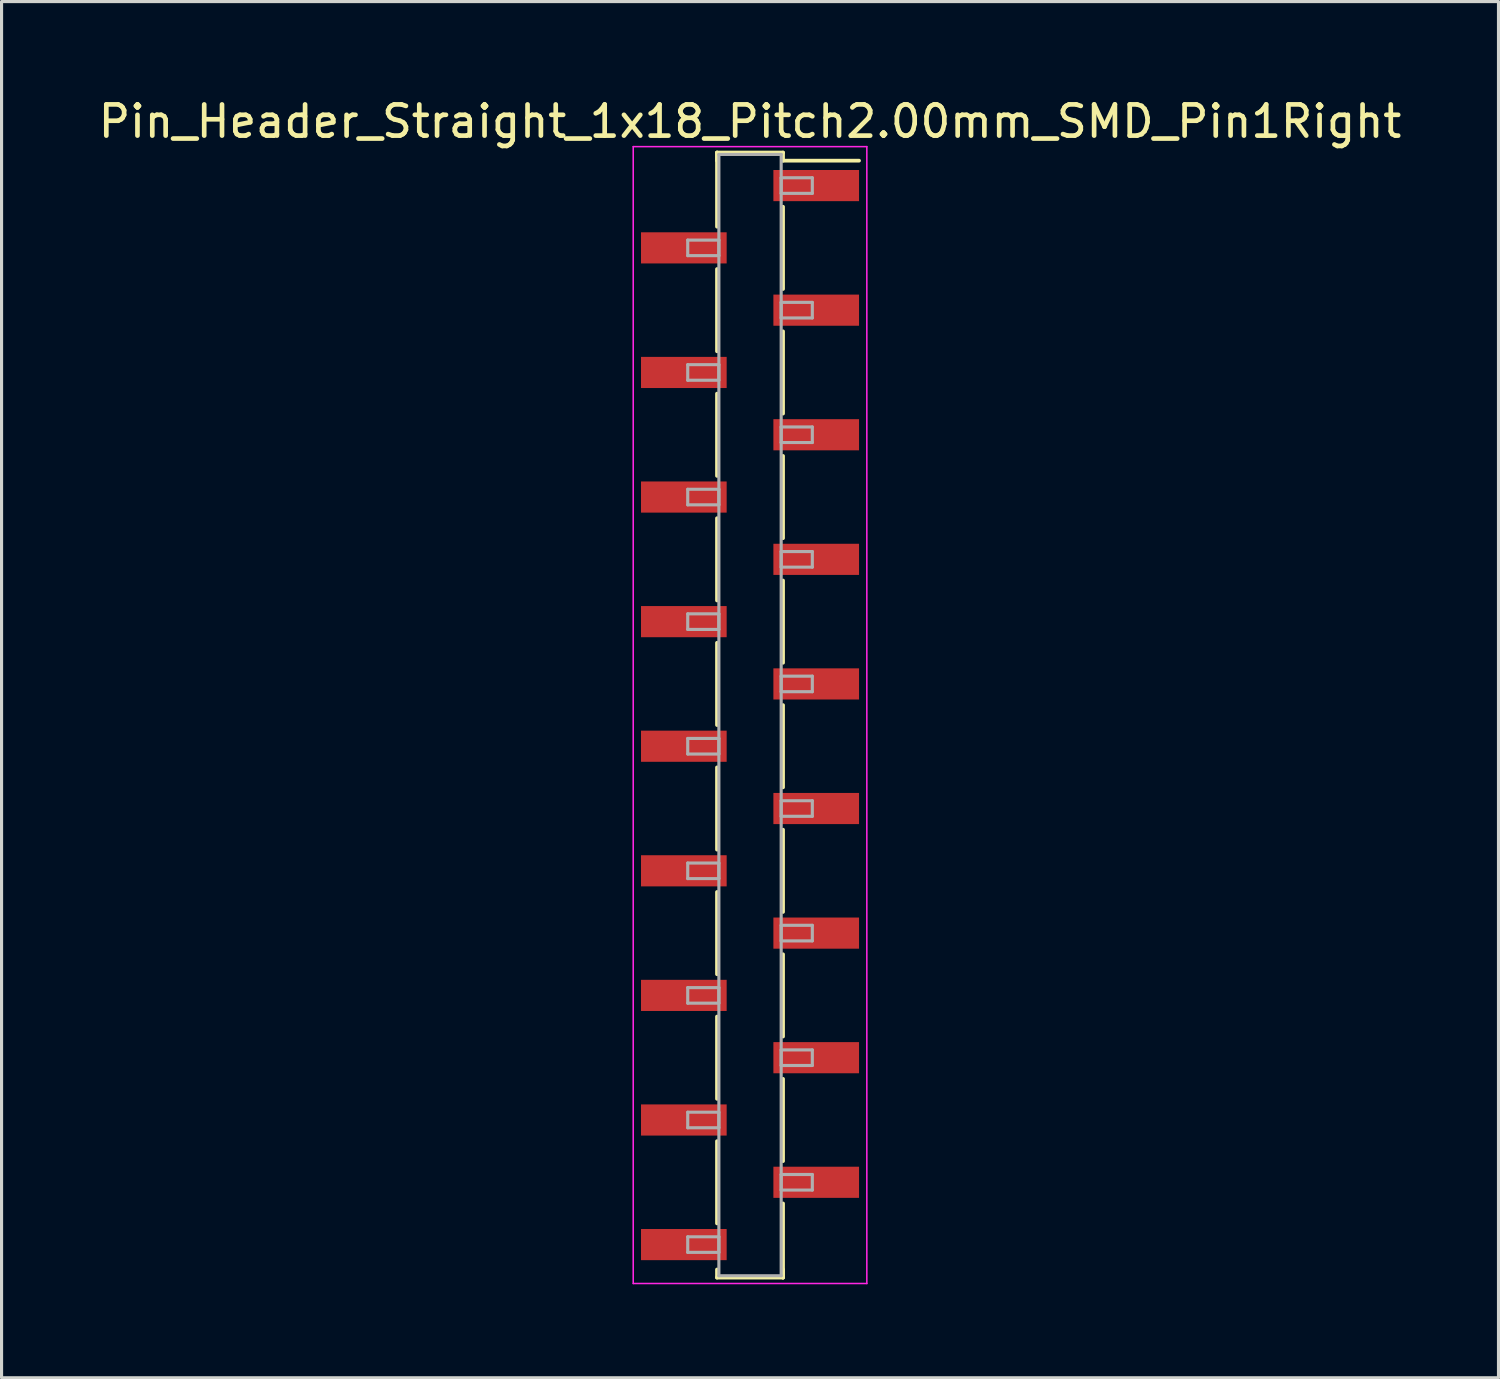
<source format=kicad_pcb>
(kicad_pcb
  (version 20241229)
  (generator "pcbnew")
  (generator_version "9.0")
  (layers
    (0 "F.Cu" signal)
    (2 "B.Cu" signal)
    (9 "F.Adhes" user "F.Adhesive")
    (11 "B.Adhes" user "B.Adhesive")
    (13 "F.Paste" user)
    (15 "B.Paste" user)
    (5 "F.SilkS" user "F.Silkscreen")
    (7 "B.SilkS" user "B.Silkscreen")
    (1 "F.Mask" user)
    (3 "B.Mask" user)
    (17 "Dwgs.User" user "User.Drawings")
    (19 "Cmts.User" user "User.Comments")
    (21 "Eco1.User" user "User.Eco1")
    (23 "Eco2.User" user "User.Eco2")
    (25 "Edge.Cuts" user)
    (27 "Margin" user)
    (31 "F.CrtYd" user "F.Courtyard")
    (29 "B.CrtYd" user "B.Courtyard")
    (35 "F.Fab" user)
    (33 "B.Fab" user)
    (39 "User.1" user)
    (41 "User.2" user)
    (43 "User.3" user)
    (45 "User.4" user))
  (footprint "Pin_Header_Straight_1x18_Pitch2.00mm_SMD_Pin1Right"
    (layer "F.Cu")
    (at 21.03 19.908)
    (property "Reference" "Pin_Header_Straight_1x18_Pitch2.00mm_SMD_Pin1Right" (at 0 -19.06 0) (layer "F.SilkS") (effects (font (size 1 1) (thickness 0.15))))
    (attr smd)
    (fp_line (start -1.06 -18.06) (end -1.06 -15.68) (stroke (width 0.12) (type solid)) (layer "F.SilkS"))
    (fp_line (start -1.06 -18.06) (end 1.06 -18.06) (stroke (width 0.12) (type solid)) (layer "F.SilkS"))
    (fp_line (start -1.06 -17.8) (end -1.06 -18.06) (stroke (width 0.12) (type solid)) (layer "F.SilkS"))
    (fp_line (start -1.06 -14.32) (end -1.06 -11.68) (stroke (width 0.12) (type solid)) (layer "F.SilkS"))
    (fp_line (start -1.06 -10.32) (end -1.06 -7.68) (stroke (width 0.12) (type solid)) (layer "F.SilkS"))
    (fp_line (start -1.06 -6.32) (end -1.06 -3.68) (stroke (width 0.12) (type solid)) (layer "F.SilkS"))
    (fp_line (start -1.06 -2.32) (end -1.06 0.32) (stroke (width 0.12) (type solid)) (layer "F.SilkS"))
    (fp_line (start -1.06 1.68) (end -1.06 4.32) (stroke (width 0.12) (type solid)) (layer "F.SilkS"))
    (fp_line (start -1.06 5.68) (end -1.06 8.32) (stroke (width 0.12) (type solid)) (layer "F.SilkS"))
    (fp_line (start -1.06 9.68) (end -1.06 12.32) (stroke (width 0.12) (type solid)) (layer "F.SilkS"))
    (fp_line (start -1.06 13.68) (end -1.06 16.32) (stroke (width 0.12) (type solid)) (layer "F.SilkS"))
    (fp_line (start -1.06 17.8) (end -1.06 18.06) (stroke (width 0.12) (type solid)) (layer "F.SilkS"))
    (fp_line (start -1.06 18.06) (end 1.06 18.06) (stroke (width 0.12) (type solid)) (layer "F.SilkS"))
    (fp_line (start 1.06 -18.06) (end 1.06 -17.8) (stroke (width 0.12) (type solid)) (layer "F.SilkS"))
    (fp_line (start 1.06 -17.8) (end 3.5 -17.8) (stroke (width 0.12) (type solid)) (layer "F.SilkS"))
    (fp_line (start 1.06 -16.32) (end 1.06 -13.68) (stroke (width 0.12) (type solid)) (layer "F.SilkS"))
    (fp_line (start 1.06 -12.32) (end 1.06 -9.68) (stroke (width 0.12) (type solid)) (layer "F.SilkS"))
    (fp_line (start 1.06 -8.32) (end 1.06 -5.68) (stroke (width 0.12) (type solid)) (layer "F.SilkS"))
    (fp_line (start 1.06 -4.32) (end 1.06 -1.68) (stroke (width 0.12) (type solid)) (layer "F.SilkS"))
    (fp_line (start 1.06 -0.32) (end 1.06 2.32) (stroke (width 0.12) (type solid)) (layer "F.SilkS"))
    (fp_line (start 1.06 3.68) (end 1.06 6.32) (stroke (width 0.12) (type solid)) (layer "F.SilkS"))
    (fp_line (start 1.06 7.68) (end 1.06 10.32) (stroke (width 0.12) (type solid)) (layer "F.SilkS"))
    (fp_line (start 1.06 11.68) (end 1.06 14.32) (stroke (width 0.12) (type solid)) (layer "F.SilkS"))
    (fp_line (start 1.06 15.68) (end 1.06 18.06) (stroke (width 0.12) (type solid)) (layer "F.SilkS"))
    (fp_line (start 1.06 18.06) (end 1.06 17.8) (stroke (width 0.12) (type solid)) (layer "F.SilkS"))
    (fp_line (start -3.75 -18.25) (end -3.75 18.25) (stroke (width 0.05) (type solid)) (layer "F.CrtYd"))
    (fp_line (start -3.75 18.25) (end 3.75 18.25) (stroke (width 0.05) (type solid)) (layer "F.CrtYd"))
    (fp_line (start 3.75 -18.25) (end -3.75 -18.25) (stroke (width 0.05) (type solid)) (layer "F.CrtYd"))
    (fp_line (start 3.75 18.25) (end 3.75 -18.25) (stroke (width 0.05) (type solid)) (layer "F.CrtYd"))
    (fp_line (start -2 -15.25) (end -1 -15.25) (stroke (width 0.1) (type solid)) (layer "F.Fab"))
    (fp_line (start -2 -14.75) (end -2 -15.25) (stroke (width 0.1) (type solid)) (layer "F.Fab"))
    (fp_line (start -2 -11.25) (end -1 -11.25) (stroke (width 0.1) (type solid)) (layer "F.Fab"))
    (fp_line (start -2 -10.75) (end -2 -11.25) (stroke (width 0.1) (type solid)) (layer "F.Fab"))
    (fp_line (start -2 -7.25) (end -1 -7.25) (stroke (width 0.1) (type solid)) (layer "F.Fab"))
    (fp_line (start -2 -6.75) (end -2 -7.25) (stroke (width 0.1) (type solid)) (layer "F.Fab"))
    (fp_line (start -2 -3.25) (end -1 -3.25) (stroke (width 0.1) (type solid)) (layer "F.Fab"))
    (fp_line (start -2 -2.75) (end -2 -3.25) (stroke (width 0.1) (type solid)) (layer "F.Fab"))
    (fp_line (start -2 0.75) (end -1 0.75) (stroke (width 0.1) (type solid)) (layer "F.Fab"))
    (fp_line (start -2 1.25) (end -2 0.75) (stroke (width 0.1) (type solid)) (layer "F.Fab"))
    (fp_line (start -2 4.75) (end -1 4.75) (stroke (width 0.1) (type solid)) (layer "F.Fab"))
    (fp_line (start -2 5.25) (end -2 4.75) (stroke (width 0.1) (type solid)) (layer "F.Fab"))
    (fp_line (start -2 8.75) (end -1 8.75) (stroke (width 0.1) (type solid)) (layer "F.Fab"))
    (fp_line (start -2 9.25) (end -2 8.75) (stroke (width 0.1) (type solid)) (layer "F.Fab"))
    (fp_line (start -2 12.75) (end -1 12.75) (stroke (width 0.1) (type solid)) (layer "F.Fab"))
    (fp_line (start -2 13.25) (end -2 12.75) (stroke (width 0.1) (type solid)) (layer "F.Fab"))
    (fp_line (start -2 16.75) (end -1 16.75) (stroke (width 0.1) (type solid)) (layer "F.Fab"))
    (fp_line (start -2 17.25) (end -2 16.75) (stroke (width 0.1) (type solid)) (layer "F.Fab"))
    (fp_line (start -1 -18) (end -1 18) (stroke (width 0.1) (type solid)) (layer "F.Fab"))
    (fp_line (start -1 -15.25) (end -1 -14.75) (stroke (width 0.1) (type solid)) (layer "F.Fab"))
    (fp_line (start -1 -14.75) (end -2 -14.75) (stroke (width 0.1) (type solid)) (layer "F.Fab"))
    (fp_line (start -1 -11.25) (end -1 -10.75) (stroke (width 0.1) (type solid)) (layer "F.Fab"))
    (fp_line (start -1 -10.75) (end -2 -10.75) (stroke (width 0.1) (type solid)) (layer "F.Fab"))
    (fp_line (start -1 -7.25) (end -1 -6.75) (stroke (width 0.1) (type solid)) (layer "F.Fab"))
    (fp_line (start -1 -6.75) (end -2 -6.75) (stroke (width 0.1) (type solid)) (layer "F.Fab"))
    (fp_line (start -1 -3.25) (end -1 -2.75) (stroke (width 0.1) (type solid)) (layer "F.Fab"))
    (fp_line (start -1 -2.75) (end -2 -2.75) (stroke (width 0.1) (type solid)) (layer "F.Fab"))
    (fp_line (start -1 0.75) (end -1 1.25) (stroke (width 0.1) (type solid)) (layer "F.Fab"))
    (fp_line (start -1 1.25) (end -2 1.25) (stroke (width 0.1) (type solid)) (layer "F.Fab"))
    (fp_line (start -1 4.75) (end -1 5.25) (stroke (width 0.1) (type solid)) (layer "F.Fab"))
    (fp_line (start -1 5.25) (end -2 5.25) (stroke (width 0.1) (type solid)) (layer "F.Fab"))
    (fp_line (start -1 8.75) (end -1 9.25) (stroke (width 0.1) (type solid)) (layer "F.Fab"))
    (fp_line (start -1 9.25) (end -2 9.25) (stroke (width 0.1) (type solid)) (layer "F.Fab"))
    (fp_line (start -1 12.75) (end -1 13.25) (stroke (width 0.1) (type solid)) (layer "F.Fab"))
    (fp_line (start -1 13.25) (end -2 13.25) (stroke (width 0.1) (type solid)) (layer "F.Fab"))
    (fp_line (start -1 16.75) (end -1 17.25) (stroke (width 0.1) (type solid)) (layer "F.Fab"))
    (fp_line (start -1 17.25) (end -2 17.25) (stroke (width 0.1) (type solid)) (layer "F.Fab"))
    (fp_line (start -1 18) (end 1 18) (stroke (width 0.1) (type solid)) (layer "F.Fab"))
    (fp_line (start 1 -18) (end -1 -18) (stroke (width 0.1) (type solid)) (layer "F.Fab"))
    (fp_line (start 1 -17.25) (end 1 -16.75) (stroke (width 0.1) (type solid)) (layer "F.Fab"))
    (fp_line (start 1 -16.75) (end 2 -16.75) (stroke (width 0.1) (type solid)) (layer "F.Fab"))
    (fp_line (start 1 -13.25) (end 1 -12.75) (stroke (width 0.1) (type solid)) (layer "F.Fab"))
    (fp_line (start 1 -12.75) (end 2 -12.75) (stroke (width 0.1) (type solid)) (layer "F.Fab"))
    (fp_line (start 1 -9.25) (end 1 -8.75) (stroke (width 0.1) (type solid)) (layer "F.Fab"))
    (fp_line (start 1 -8.75) (end 2 -8.75) (stroke (width 0.1) (type solid)) (layer "F.Fab"))
    (fp_line (start 1 -5.25) (end 1 -4.75) (stroke (width 0.1) (type solid)) (layer "F.Fab"))
    (fp_line (start 1 -4.75) (end 2 -4.75) (stroke (width 0.1) (type solid)) (layer "F.Fab"))
    (fp_line (start 1 -1.25) (end 1 -0.75) (stroke (width 0.1) (type solid)) (layer "F.Fab"))
    (fp_line (start 1 -0.75) (end 2 -0.75) (stroke (width 0.1) (type solid)) (layer "F.Fab"))
    (fp_line (start 1 2.75) (end 1 3.25) (stroke (width 0.1) (type solid)) (layer "F.Fab"))
    (fp_line (start 1 3.25) (end 2 3.25) (stroke (width 0.1) (type solid)) (layer "F.Fab"))
    (fp_line (start 1 6.75) (end 1 7.25) (stroke (width 0.1) (type solid)) (layer "F.Fab"))
    (fp_line (start 1 7.25) (end 2 7.25) (stroke (width 0.1) (type solid)) (layer "F.Fab"))
    (fp_line (start 1 10.75) (end 1 11.25) (stroke (width 0.1) (type solid)) (layer "F.Fab"))
    (fp_line (start 1 11.25) (end 2 11.25) (stroke (width 0.1) (type solid)) (layer "F.Fab"))
    (fp_line (start 1 14.75) (end 1 15.25) (stroke (width 0.1) (type solid)) (layer "F.Fab"))
    (fp_line (start 1 15.25) (end 2 15.25) (stroke (width 0.1) (type solid)) (layer "F.Fab"))
    (fp_line (start 1 18) (end 1 -18) (stroke (width 0.1) (type solid)) (layer "F.Fab"))
    (fp_line (start 2 -17.25) (end 1 -17.25) (stroke (width 0.1) (type solid)) (layer "F.Fab"))
    (fp_line (start 2 -16.75) (end 2 -17.25) (stroke (width 0.1) (type solid)) (layer "F.Fab"))
    (fp_line (start 2 -13.25) (end 1 -13.25) (stroke (width 0.1) (type solid)) (layer "F.Fab"))
    (fp_line (start 2 -12.75) (end 2 -13.25) (stroke (width 0.1) (type solid)) (layer "F.Fab"))
    (fp_line (start 2 -9.25) (end 1 -9.25) (stroke (width 0.1) (type solid)) (layer "F.Fab"))
    (fp_line (start 2 -8.75) (end 2 -9.25) (stroke (width 0.1) (type solid)) (layer "F.Fab"))
    (fp_line (start 2 -5.25) (end 1 -5.25) (stroke (width 0.1) (type solid)) (layer "F.Fab"))
    (fp_line (start 2 -4.75) (end 2 -5.25) (stroke (width 0.1) (type solid)) (layer "F.Fab"))
    (fp_line (start 2 -1.25) (end 1 -1.25) (stroke (width 0.1) (type solid)) (layer "F.Fab"))
    (fp_line (start 2 -0.75) (end 2 -1.25) (stroke (width 0.1) (type solid)) (layer "F.Fab"))
    (fp_line (start 2 2.75) (end 1 2.75) (stroke (width 0.1) (type solid)) (layer "F.Fab"))
    (fp_line (start 2 3.25) (end 2 2.75) (stroke (width 0.1) (type solid)) (layer "F.Fab"))
    (fp_line (start 2 6.75) (end 1 6.75) (stroke (width 0.1) (type solid)) (layer "F.Fab"))
    (fp_line (start 2 7.25) (end 2 6.75) (stroke (width 0.1) (type solid)) (layer "F.Fab"))
    (fp_line (start 2 10.75) (end 1 10.75) (stroke (width 0.1) (type solid)) (layer "F.Fab"))
    (fp_line (start 2 11.25) (end 2 10.75) (stroke (width 0.1) (type solid)) (layer "F.Fab"))
    (fp_line (start 2 14.75) (end 1 14.75) (stroke (width 0.1) (type solid)) (layer "F.Fab"))
    (fp_line (start 2 15.25) (end 2 14.75) (stroke (width 0.1) (type solid)) (layer "F.Fab"))
    (pad "1" smd rect (at 2.125 -17) (size 2.75 1) (layers "F.Cu" "F.Mask"))
    (pad "2" smd rect (at -2.125 -15) (size 2.75 1) (layers "F.Cu" "F.Mask"))
    (pad "3" smd rect (at 2.125 -13) (size 2.75 1) (layers "F.Cu" "F.Mask"))
    (pad "4" smd rect (at -2.125 -11) (size 2.75 1) (layers "F.Cu" "F.Mask"))
    (pad "5" smd rect (at 2.125 -9) (size 2.75 1) (layers "F.Cu" "F.Mask"))
    (pad "6" smd rect (at -2.125 -7) (size 2.75 1) (layers "F.Cu" "F.Mask"))
    (pad "7" smd rect (at 2.125 -5) (size 2.75 1) (layers "F.Cu" "F.Mask"))
    (pad "8" smd rect (at -2.125 -3) (size 2.75 1) (layers "F.Cu" "F.Mask"))
    (pad "9" smd rect (at 2.125 -1) (size 2.75 1) (layers "F.Cu" "F.Mask"))
    (pad "10" smd rect (at -2.125 1) (size 2.75 1) (layers "F.Cu" "F.Mask"))
    (pad "11" smd rect (at 2.125 3) (size 2.75 1) (layers "F.Cu" "F.Mask"))
    (pad "12" smd rect (at -2.125 5) (size 2.75 1) (layers "F.Cu" "F.Mask"))
    (pad "13" smd rect (at 2.125 7) (size 2.75 1) (layers "F.Cu" "F.Mask"))
    (pad "14" smd rect (at -2.125 9) (size 2.75 1) (layers "F.Cu" "F.Mask"))
    (pad "15" smd rect (at 2.125 11) (size 2.75 1) (layers "F.Cu" "F.Mask"))
    (pad "16" smd rect (at -2.125 13) (size 2.75 1) (layers "F.Cu" "F.Mask"))
    (pad "17" smd rect (at 2.125 15) (size 2.75 1) (layers "F.Cu" "F.Mask"))
    (pad "18" smd rect (at -2.125 17) (size 2.75 1) (layers "F.Cu" "F.Mask")))
  (gr_rect
    (start -3 -3)
    (end 45.06 41.183)
    (stroke (width 0.1) (type default))
    (fill no)
    (layer "Edge.Cuts")))
</source>
